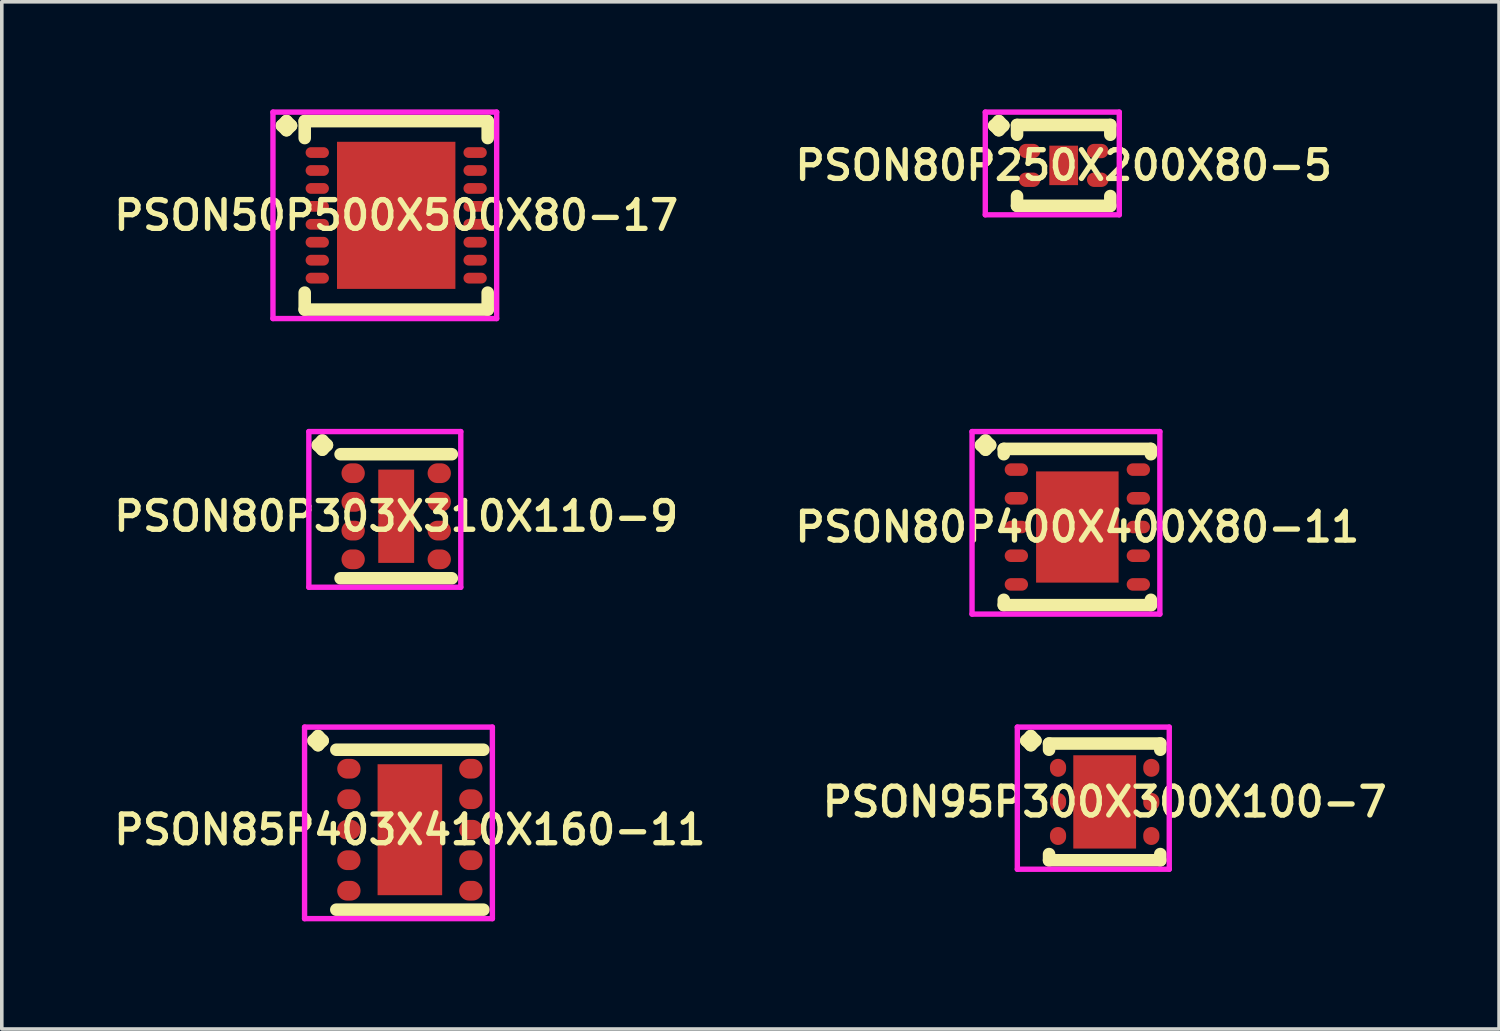
<source format=kicad_pcb>
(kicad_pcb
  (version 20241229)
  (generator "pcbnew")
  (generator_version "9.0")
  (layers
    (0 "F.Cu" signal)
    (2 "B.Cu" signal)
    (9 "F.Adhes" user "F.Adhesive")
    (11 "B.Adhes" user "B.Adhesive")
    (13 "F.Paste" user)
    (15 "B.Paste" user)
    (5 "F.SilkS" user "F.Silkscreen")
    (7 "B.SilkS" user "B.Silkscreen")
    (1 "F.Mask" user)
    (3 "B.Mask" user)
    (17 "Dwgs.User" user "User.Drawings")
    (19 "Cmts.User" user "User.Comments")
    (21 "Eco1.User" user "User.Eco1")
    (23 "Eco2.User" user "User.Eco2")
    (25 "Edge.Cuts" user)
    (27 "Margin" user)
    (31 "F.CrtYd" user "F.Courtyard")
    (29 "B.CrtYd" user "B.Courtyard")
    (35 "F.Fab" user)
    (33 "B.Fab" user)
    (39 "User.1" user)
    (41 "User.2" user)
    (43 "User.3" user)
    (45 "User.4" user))
  (footprint "PSON80P303X310X110-9"
    (layer "F.Cu")
    (at 7.993 11.339)
    (property "Reference" "PSON80P303X310X110-9" (at 0 0 0) (layer "F.SilkS") (effects (font (size 0.8 0.8) (thickness 0.15))))
    (attr smd)
    (fp_line (start -2.185 -1.983) (end -2.058 -2.11) (stroke (width 0.35) (type solid)) (layer "F.SilkS"))
    (fp_line (start -2.058 -2.11) (end -1.931 -1.983) (stroke (width 0.35) (type solid)) (layer "F.SilkS"))
    (fp_line (start -2.058 -1.856) (end -2.185 -1.983) (stroke (width 0.35) (type solid)) (layer "F.SilkS"))
    (fp_line (start -1.931 -1.983) (end -2.058 -1.856) (stroke (width 0.35) (type solid)) (layer "F.SilkS"))
    (fp_line (start -1.55 -1.729) (end 1.55 -1.729) (stroke (width 0.35) (type solid)) (layer "F.SilkS"))
    (fp_line (start -1.55 1.729) (end 1.55 1.729) (stroke (width 0.35) (type solid)) (layer "F.SilkS"))
    (fp_line (start -2.435 -2.36) (end 1.8 -2.36) (stroke (width 0.15) (type solid)) (layer "F.CrtYd"))
    (fp_line (start -2.435 1.979) (end -2.435 -2.36) (stroke (width 0.15) (type solid)) (layer "F.CrtYd"))
    (fp_line (start 1.8 -2.36) (end 1.8 1.979) (stroke (width 0.15) (type solid)) (layer "F.CrtYd"))
    (fp_line (start 1.8 1.979) (end -2.435 1.979) (stroke (width 0.15) (type solid)) (layer "F.CrtYd"))
    (pad "1" smd oval (at -1.2 -1.2) (size 0.65 0.55) (layers "F.Cu" "F.Mask" "F.Paste"))
    (pad "2" smd oval (at -1.2 -0.4) (size 0.65 0.55) (layers "F.Cu" "F.Mask" "F.Paste"))
    (pad "3" smd oval (at -1.2 0.4) (size 0.65 0.55) (layers "F.Cu" "F.Mask" "F.Paste"))
    (pad "4" smd oval (at -1.2 1.2) (size 0.65 0.55) (layers "F.Cu" "F.Mask" "F.Paste"))
    (pad "5" smd oval (at 1.2 1.2) (size 0.65 0.55) (layers "F.Cu" "F.Mask" "F.Paste"))
    (pad "6" smd oval (at 1.2 0.4) (size 0.65 0.55) (layers "F.Cu" "F.Mask" "F.Paste"))
    (pad "7" smd oval (at 1.2 -0.4) (size 0.65 0.55) (layers "F.Cu" "F.Mask" "F.Paste"))
    (pad "8" smd oval (at 1.2 -1.2) (size 0.65 0.55) (layers "F.Cu" "F.Mask" "F.Paste"))
    (pad "9" smd rect (at 0 0) (size 1 2.6) (layers "F.Cu" "F.Mask" "F.Paste")))
  (footprint "PSON80P400X400X80-11"
    (layer "F.Cu")
    (at 26.978 11.639)
    (property "Reference" "PSON80P400X400X80-11" (at 0 0 0) (layer "F.SilkS") (effects (font (size 0.8 0.8) (thickness 0.15))))
    (attr smd)
    (fp_line (start -2.685 -2.283) (end -2.558 -2.41) (stroke (width 0.35) (type solid)) (layer "F.SilkS"))
    (fp_line (start -2.558 -2.41) (end -2.431 -2.283) (stroke (width 0.35) (type solid)) (layer "F.SilkS"))
    (fp_line (start -2.558 -2.156) (end -2.685 -2.283) (stroke (width 0.35) (type solid)) (layer "F.SilkS"))
    (fp_line (start -2.431 -2.283) (end -2.558 -2.156) (stroke (width 0.35) (type solid)) (layer "F.SilkS"))
    (fp_line (start -2.05 -2.177) (end 2.05 -2.177) (stroke (width 0.35) (type solid)) (layer "F.SilkS"))
    (fp_line (start -2.05 -2.029) (end -2.05 -2.177) (stroke (width 0.35) (type solid)) (layer "F.SilkS"))
    (fp_line (start -2.05 2.029) (end -2.05 2.177) (stroke (width 0.35) (type solid)) (layer "F.SilkS"))
    (fp_line (start -2.05 2.177) (end 2.05 2.177) (stroke (width 0.35) (type solid)) (layer "F.SilkS"))
    (fp_line (start 2.05 -2.177) (end 2.05 -2.029) (stroke (width 0.35) (type solid)) (layer "F.SilkS"))
    (fp_line (start 2.05 2.177) (end 2.05 2.029) (stroke (width 0.35) (type solid)) (layer "F.SilkS"))
    (fp_line (start -2.935 -2.66) (end 2.3 -2.66) (stroke (width 0.15) (type solid)) (layer "F.CrtYd"))
    (fp_line (start -2.935 2.427) (end -2.935 -2.66) (stroke (width 0.15) (type solid)) (layer "F.CrtYd"))
    (fp_line (start 2.3 -2.66) (end 2.3 2.427) (stroke (width 0.15) (type solid)) (layer "F.CrtYd"))
    (fp_line (start 2.3 2.427) (end -2.935 2.427) (stroke (width 0.15) (type solid)) (layer "F.CrtYd"))
    (pad "1" smd oval (at -1.7 -1.6) (size 0.65 0.35) (layers "F.Cu" "F.Mask" "F.Paste"))
    (pad "2" smd oval (at -1.7 -0.8) (size 0.65 0.35) (layers "F.Cu" "F.Mask" "F.Paste"))
    (pad "3" smd oval (at -1.7 0) (size 0.65 0.35) (layers "F.Cu" "F.Mask" "F.Paste"))
    (pad "4" smd oval (at -1.7 0.8) (size 0.65 0.35) (layers "F.Cu" "F.Mask" "F.Paste"))
    (pad "5" smd oval (at -1.7 1.6) (size 0.65 0.35) (layers "F.Cu" "F.Mask" "F.Paste"))
    (pad "6" smd oval (at 1.7 1.6) (size 0.65 0.35) (layers "F.Cu" "F.Mask" "F.Paste"))
    (pad "7" smd oval (at 1.7 0.8) (size 0.65 0.35) (layers "F.Cu" "F.Mask" "F.Paste"))
    (pad "8" smd oval (at 1.7 0) (size 0.65 0.35) (layers "F.Cu" "F.Mask" "F.Paste"))
    (pad "9" smd oval (at 1.7 -0.8) (size 0.65 0.35) (layers "F.Cu" "F.Mask" "F.Paste"))
    (pad "10" smd oval (at 1.7 -1.6) (size 0.65 0.35) (layers "F.Cu" "F.Mask" "F.Paste"))
    (pad "11" smd rect (at 0 0) (size 2.3 3.1) (layers "F.Cu" "F.Mask" "F.Paste")))
  (footprint "PSON85P403X410X160-11"
    (layer "F.Cu")
    (at 8.374 20.076)
    (property "Reference" "PSON85P403X410X160-11" (at 0 0 0) (layer "F.SilkS") (effects (font (size 0.8 0.8) (thickness 0.15))))
    (attr smd)
    (fp_line (start -2.685 -2.483) (end -2.558 -2.61) (stroke (width 0.35) (type solid)) (layer "F.SilkS"))
    (fp_line (start -2.558 -2.61) (end -2.431 -2.483) (stroke (width 0.35) (type solid)) (layer "F.SilkS"))
    (fp_line (start -2.558 -2.356) (end -2.685 -2.483) (stroke (width 0.35) (type solid)) (layer "F.SilkS"))
    (fp_line (start -2.431 -2.483) (end -2.558 -2.356) (stroke (width 0.35) (type solid)) (layer "F.SilkS"))
    (fp_line (start -2.05 -2.229) (end 2.05 -2.229) (stroke (width 0.35) (type solid)) (layer "F.SilkS"))
    (fp_line (start -2.05 2.229) (end 2.05 2.229) (stroke (width 0.35) (type solid)) (layer "F.SilkS"))
    (fp_line (start -2.935 -2.86) (end 2.3 -2.86) (stroke (width 0.15) (type solid)) (layer "F.CrtYd"))
    (fp_line (start -2.935 2.479) (end -2.935 -2.86) (stroke (width 0.15) (type solid)) (layer "F.CrtYd"))
    (fp_line (start 2.3 -2.86) (end 2.3 2.479) (stroke (width 0.15) (type solid)) (layer "F.CrtYd"))
    (fp_line (start 2.3 2.479) (end -2.935 2.479) (stroke (width 0.15) (type solid)) (layer "F.CrtYd"))
    (pad "1" smd oval (at -1.7 -1.7) (size 0.65 0.55) (layers "F.Cu" "F.Mask" "F.Paste"))
    (pad "2" smd oval (at -1.7 -0.85) (size 0.65 0.55) (layers "F.Cu" "F.Mask" "F.Paste"))
    (pad "3" smd oval (at -1.7 0) (size 0.65 0.55) (layers "F.Cu" "F.Mask" "F.Paste"))
    (pad "4" smd oval (at -1.7 0.85) (size 0.65 0.55) (layers "F.Cu" "F.Mask" "F.Paste"))
    (pad "5" smd oval (at -1.7 1.7) (size 0.65 0.55) (layers "F.Cu" "F.Mask" "F.Paste"))
    (pad "6" smd oval (at 1.7 1.7) (size 0.65 0.55) (layers "F.Cu" "F.Mask" "F.Paste"))
    (pad "7" smd oval (at 1.7 0.85) (size 0.65 0.55) (layers "F.Cu" "F.Mask" "F.Paste"))
    (pad "8" smd oval (at 1.7 0) (size 0.65 0.55) (layers "F.Cu" "F.Mask" "F.Paste"))
    (pad "9" smd oval (at 1.7 -0.85) (size 0.65 0.55) (layers "F.Cu" "F.Mask" "F.Paste"))
    (pad "10" smd oval (at 1.7 -1.7) (size 0.65 0.55) (layers "F.Cu" "F.Mask" "F.Paste"))
    (pad "11" smd rect (at 0 0) (size 1.8 3.65) (layers "F.Cu" "F.Mask" "F.Paste")))
  (footprint "PSON95P300X300X100-7"
    (layer "F.Cu")
    (at 27.74 19.301)
    (property "Reference" "PSON95P300X300X100-7" (at 0 0 0) (layer "F.SilkS") (effects (font (size 0.8 0.8) (thickness 0.15))))
    (attr smd)
    (fp_line (start -2.185 -1.708) (end -2.058 -1.835) (stroke (width 0.35) (type solid)) (layer "F.SilkS"))
    (fp_line (start -2.058 -1.835) (end -1.931 -1.708) (stroke (width 0.35) (type solid)) (layer "F.SilkS"))
    (fp_line (start -2.058 -1.581) (end -2.185 -1.708) (stroke (width 0.35) (type solid)) (layer "F.SilkS"))
    (fp_line (start -1.931 -1.708) (end -2.058 -1.581) (stroke (width 0.35) (type solid)) (layer "F.SilkS"))
    (fp_line (start -1.55 -1.627) (end 1.55 -1.627) (stroke (width 0.35) (type solid)) (layer "F.SilkS"))
    (fp_line (start -1.55 -1.454) (end -1.55 -1.627) (stroke (width 0.35) (type solid)) (layer "F.SilkS"))
    (fp_line (start -1.55 1.454) (end -1.55 1.627) (stroke (width 0.35) (type solid)) (layer "F.SilkS"))
    (fp_line (start -1.55 1.627) (end 1.55 1.627) (stroke (width 0.35) (type solid)) (layer "F.SilkS"))
    (fp_line (start 1.55 -1.627) (end 1.55 -1.454) (stroke (width 0.35) (type solid)) (layer "F.SilkS"))
    (fp_line (start 1.55 1.627) (end 1.55 1.454) (stroke (width 0.35) (type solid)) (layer "F.SilkS"))
    (fp_line (start -2.435 -2.085) (end 1.8 -2.085) (stroke (width 0.15) (type solid)) (layer "F.CrtYd"))
    (fp_line (start -2.435 1.877) (end -2.435 -2.085) (stroke (width 0.15) (type solid)) (layer "F.CrtYd"))
    (fp_line (start 1.8 -2.085) (end 1.8 1.877) (stroke (width 0.15) (type solid)) (layer "F.CrtYd"))
    (fp_line (start 1.8 1.877) (end -2.435 1.877) (stroke (width 0.15) (type solid)) (layer "F.CrtYd"))
    (pad "1" smd oval (at -1.3 -0.95) (size 0.45 0.5) (layers "F.Cu" "F.Mask" "F.Paste"))
    (pad "2" smd oval (at -1.3 0) (size 0.45 0.5) (layers "F.Cu" "F.Mask" "F.Paste"))
    (pad "3" smd oval (at -1.3 0.95) (size 0.45 0.5) (layers "F.Cu" "F.Mask" "F.Paste"))
    (pad "4" smd oval (at 1.3 0.95) (size 0.45 0.5) (layers "F.Cu" "F.Mask" "F.Paste"))
    (pad "5" smd oval (at 1.3 0) (size 0.45 0.5) (layers "F.Cu" "F.Mask" "F.Paste"))
    (pad "6" smd oval (at 1.3 -0.95) (size 0.45 0.5) (layers "F.Cu" "F.Mask" "F.Paste"))
    (pad "7" smd rect (at 0 0) (size 1.75 2.6) (layers "F.Cu" "F.Mask" "F.Paste")))
  (footprint "PSON80P250X200X80-5"
    (layer "F.Cu")
    (at 26.597 1.56)
    (property "Reference" "PSON80P250X200X80-5" (at 0 0 0) (layer "F.SilkS") (effects (font (size 0.8 0.8) (thickness 0.15))))
    (attr smd)
    (fp_line (start -1.935 -1.108) (end -1.808 -1.235) (stroke (width 0.35) (type solid)) (layer "F.SilkS"))
    (fp_line (start -1.808 -1.235) (end -1.681 -1.108) (stroke (width 0.35) (type solid)) (layer "F.SilkS"))
    (fp_line (start -1.808 -0.981) (end -1.935 -1.108) (stroke (width 0.35) (type solid)) (layer "F.SilkS"))
    (fp_line (start -1.681 -1.108) (end -1.808 -0.981) (stroke (width 0.35) (type solid)) (layer "F.SilkS"))
    (fp_line (start -1.3 -1.127) (end 1.3 -1.127) (stroke (width 0.35) (type solid)) (layer "F.SilkS"))
    (fp_line (start -1.3 -0.854) (end -1.3 -1.127) (stroke (width 0.35) (type solid)) (layer "F.SilkS"))
    (fp_line (start -1.3 0.854) (end -1.3 1.127) (stroke (width 0.35) (type solid)) (layer "F.SilkS"))
    (fp_line (start -1.3 1.127) (end 1.3 1.127) (stroke (width 0.35) (type solid)) (layer "F.SilkS"))
    (fp_line (start 1.3 -1.127) (end 1.3 -0.854) (stroke (width 0.35) (type solid)) (layer "F.SilkS"))
    (fp_line (start 1.3 1.127) (end 1.3 0.854) (stroke (width 0.35) (type solid)) (layer "F.SilkS"))
    (fp_line (start -2.185 -1.485) (end 1.55 -1.485) (stroke (width 0.15) (type solid)) (layer "F.CrtYd"))
    (fp_line (start -2.185 1.377) (end -2.185 -1.485) (stroke (width 0.15) (type solid)) (layer "F.CrtYd"))
    (fp_line (start 1.55 -1.485) (end 1.55 1.377) (stroke (width 0.15) (type solid)) (layer "F.CrtYd"))
    (fp_line (start 1.55 1.377) (end -2.185 1.377) (stroke (width 0.15) (type solid)) (layer "F.CrtYd"))
    (pad "1" smd oval (at -0.95 -0.4) (size 0.6 0.4) (layers "F.Cu" "F.Mask" "F.Paste"))
    (pad "2" smd oval (at -0.95 0.4) (size 0.6 0.4) (layers "F.Cu" "F.Mask" "F.Paste"))
    (pad "3" smd oval (at 0.95 0.4) (size 0.6 0.4) (layers "F.Cu" "F.Mask" "F.Paste"))
    (pad "4" smd oval (at 0.95 -0.4) (size 0.6 0.4) (layers "F.Cu" "F.Mask" "F.Paste"))
    (pad "5" smd rect (at 0 0) (size 0.8 1.1) (layers "F.Cu" "F.Mask" "F.Paste")))
  (footprint "PSON50P500X500X80-17"
    (layer "F.Cu")
    (at 7.993 2.952)
    (property "Reference" "PSON50P500X500X80-17" (at 0 0 0) (layer "F.SilkS") (effects (font (size 0.8 0.8) (thickness 0.15))))
    (attr smd)
    (fp_line (start -3.185 -2.5) (end -3.058 -2.627) (stroke (width 0.35) (type solid)) (layer "F.SilkS"))
    (fp_line (start -3.058 -2.627) (end -2.931 -2.5) (stroke (width 0.35) (type solid)) (layer "F.SilkS"))
    (fp_line (start -3.058 -2.373) (end -3.185 -2.5) (stroke (width 0.35) (type solid)) (layer "F.SilkS"))
    (fp_line (start -2.931 -2.5) (end -3.058 -2.373) (stroke (width 0.35) (type solid)) (layer "F.SilkS"))
    (fp_line (start -2.55 -2.627) (end 2.55 -2.627) (stroke (width 0.35) (type solid)) (layer "F.SilkS"))
    (fp_line (start -2.55 -2.154) (end -2.55 -2.627) (stroke (width 0.35) (type solid)) (layer "F.SilkS"))
    (fp_line (start -2.55 2.154) (end -2.55 2.627) (stroke (width 0.35) (type solid)) (layer "F.SilkS"))
    (fp_line (start -2.55 2.627) (end 2.55 2.627) (stroke (width 0.35) (type solid)) (layer "F.SilkS"))
    (fp_line (start 2.55 -2.627) (end 2.55 -2.154) (stroke (width 0.35) (type solid)) (layer "F.SilkS"))
    (fp_line (start 2.55 2.627) (end 2.55 2.154) (stroke (width 0.35) (type solid)) (layer "F.SilkS"))
    (fp_line (start -3.435 -2.877) (end 2.8 -2.877) (stroke (width 0.15) (type solid)) (layer "F.CrtYd"))
    (fp_line (start -3.435 2.877) (end -3.435 -2.877) (stroke (width 0.15) (type solid)) (layer "F.CrtYd"))
    (fp_line (start 2.8 -2.877) (end 2.8 2.877) (stroke (width 0.15) (type solid)) (layer "F.CrtYd"))
    (fp_line (start 2.8 2.877) (end -3.435 2.877) (stroke (width 0.15) (type solid)) (layer "F.CrtYd"))
    (pad "1" smd oval (at -2.2 -1.75) (size 0.65 0.3) (layers "F.Cu" "F.Mask" "F.Paste"))
    (pad "2" smd oval (at -2.2 -1.25) (size 0.65 0.3) (layers "F.Cu" "F.Mask" "F.Paste"))
    (pad "3" smd oval (at -2.2 -0.75) (size 0.65 0.3) (layers "F.Cu" "F.Mask" "F.Paste"))
    (pad "4" smd oval (at -2.2 -0.25) (size 0.65 0.3) (layers "F.Cu" "F.Mask" "F.Paste"))
    (pad "5" smd oval (at -2.2 0.25) (size 0.65 0.3) (layers "F.Cu" "F.Mask" "F.Paste"))
    (pad "6" smd oval (at -2.2 0.75) (size 0.65 0.3) (layers "F.Cu" "F.Mask" "F.Paste"))
    (pad "7" smd oval (at -2.2 1.25) (size 0.65 0.3) (layers "F.Cu" "F.Mask" "F.Paste"))
    (pad "8" smd oval (at -2.2 1.75) (size 0.65 0.3) (layers "F.Cu" "F.Mask" "F.Paste"))
    (pad "9" smd oval (at 2.2 1.75) (size 0.65 0.3) (layers "F.Cu" "F.Mask" "F.Paste"))
    (pad "10" smd oval (at 2.2 1.25) (size 0.65 0.3) (layers "F.Cu" "F.Mask" "F.Paste"))
    (pad "11" smd oval (at 2.2 0.75) (size 0.65 0.3) (layers "F.Cu" "F.Mask" "F.Paste"))
    (pad "12" smd oval (at 2.2 0.25) (size 0.65 0.3) (layers "F.Cu" "F.Mask" "F.Paste"))
    (pad "13" smd oval (at 2.2 -0.25) (size 0.65 0.3) (layers "F.Cu" "F.Mask" "F.Paste"))
    (pad "14" smd oval (at 2.2 -0.75) (size 0.65 0.3) (layers "F.Cu" "F.Mask" "F.Paste"))
    (pad "15" smd oval (at 2.2 -1.25) (size 0.65 0.3) (layers "F.Cu" "F.Mask" "F.Paste"))
    (pad "16" smd oval (at 2.2 -1.75) (size 0.65 0.3) (layers "F.Cu" "F.Mask" "F.Paste"))
    (pad "17" smd rect (at 0 0) (size 3.3 4.1) (layers "F.Cu" "F.Mask" "F.Paste")))
  (gr_rect
    (start -3 -3)
    (end 38.732 25.63)
    (stroke (width 0.1) (type default))
    (fill no)
    (layer "Edge.Cuts")))
</source>
